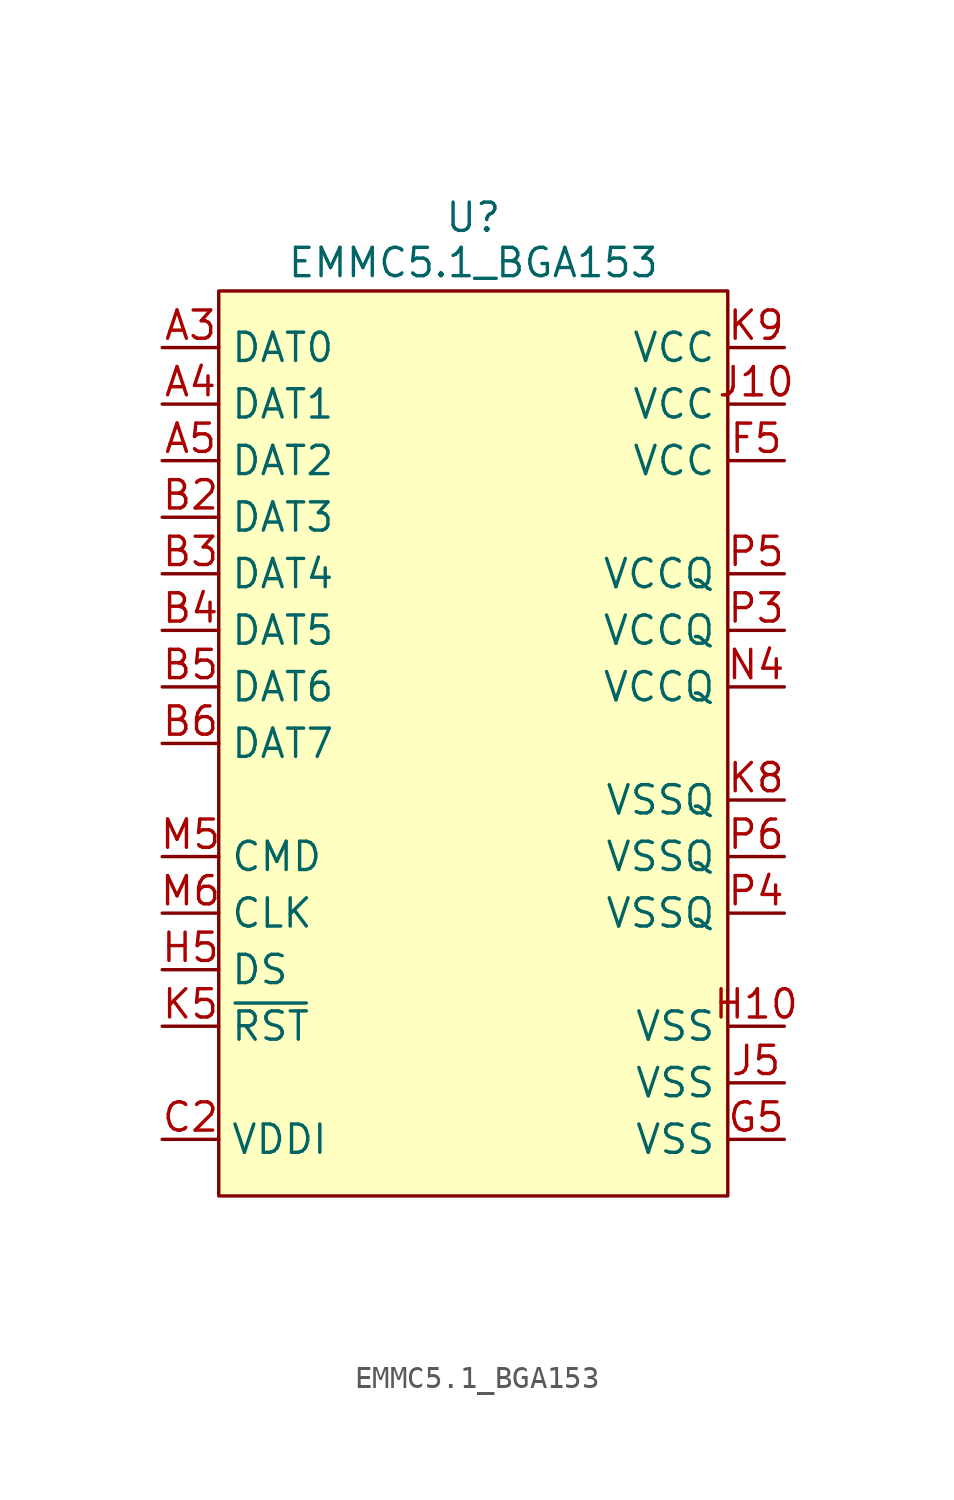
<source format=kicad_sym>
(kicad_symbol_lib
  (version 20241209)
  (generator "kicad_symbol_editor")
  (generator_version "9.0")
  (symbol "EMMC5.1_BGA153"
    (property "Reference" "U"
      (at 0 23.622 0)
      (effects (font (size 1.27 1.27))))
    (property "Value" "EMMC5.1_BGA153"
      (at 0 21.59 0)
      (effects (font (size 1.27 1.27))))
    (symbol "EMMC5.1_BGA153_0_0"
      (pin bidirectional line (at -13.97 17.78 0) (length 2.54) (name "DAT0" (effects (font (size 1.27 1.27)))) (number "A3" (effects (font (size 1.27 1.27)))))
      (pin bidirectional line (at -13.97 15.24 0) (length 2.54) (name "DAT1" (effects (font (size 1.27 1.27)))) (number "A4" (effects (font (size 1.27 1.27)))))
      (pin bidirectional line (at -13.97 12.7 0) (length 2.54) (name "DAT2" (effects (font (size 1.27 1.27)))) (number "A5" (effects (font (size 1.27 1.27)))))
      (pin bidirectional line (at -13.97 10.16 0) (length 2.54) (name "DAT3" (effects (font (size 1.27 1.27)))) (number "B2" (effects (font (size 1.27 1.27)))))
      (pin bidirectional line (at -13.97 7.62 0) (length 2.54) (name "DAT4" (effects (font (size 1.27 1.27)))) (number "B3" (effects (font (size 1.27 1.27)))))
      (pin bidirectional line (at -13.97 5.08 0) (length 2.54) (name "DAT5" (effects (font (size 1.27 1.27)))) (number "B4" (effects (font (size 1.27 1.27)))))
      (pin bidirectional line (at -13.97 2.54 0) (length 2.54) (name "DAT6" (effects (font (size 1.27 1.27)))) (number "B5" (effects (font (size 1.27 1.27)))))
      (pin bidirectional line (at -13.97 0 0) (length 2.54) (name "DAT7" (effects (font (size 1.27 1.27)))) (number "B6" (effects (font (size 1.27 1.27)))))
      (pin input line (at -13.97 -5.08 0) (length 2.54) (name "CMD" (effects (font (size 1.27 1.27)))) (number "M5" (effects (font (size 1.27 1.27)))))
      (pin input line (at -13.97 -7.62 0) (length 2.54) (name "CLK" (effects (font (size 1.27 1.27)))) (number "M6" (effects (font (size 1.27 1.27)))))
      (pin input line (at -13.97 -10.16 0) (length 2.54) (name "DS" (effects (font (size 1.27 1.27)))) (number "H5" (effects (font (size 1.27 1.27)))))
      (pin input line (at -13.97 -12.7 0) (length 2.54) (name "~{RST}" (effects (font (size 1.27 1.27)))) (number "K5" (effects (font (size 1.27 1.27)))))
      (pin power_in line (at -13.97 -17.78 0) (length 2.54) (name "VDDI" (effects (font (size 1.27 1.27)))) (number "C2" (effects (font (size 1.27 1.27)))))
      (pin no_connect line (at 0 -22.86 90) (length 2.54) (hide yes) (name "NC" (effects (font (size 1.27 1.27)))) (number "A1" (effects (font (size 1.27 1.27)))))
      (pin no_connect line (at 0 -22.86 90) (length 2.54) (hide yes) (name "NC" (effects (font (size 1.27 1.27)))) (number "A10" (effects (font (size 1.27 1.27)))))
      (pin no_connect line (at 0 -22.86 90) (length 2.54) (hide yes) (name "NC" (effects (font (size 1.27 1.27)))) (number "A11" (effects (font (size 1.27 1.27)))))
      (pin no_connect line (at 0 -22.86 90) (length 2.54) (hide yes) (name "NC" (effects (font (size 1.27 1.27)))) (number "A12" (effects (font (size 1.27 1.27)))))
      (pin no_connect line (at 0 -22.86 90) (length 2.54) (hide yes) (name "NC" (effects (font (size 1.27 1.27)))) (number "A13" (effects (font (size 1.27 1.27)))))
      (pin no_connect line (at 0 -22.86 90) (length 2.54) (hide yes) (name "NC" (effects (font (size 1.27 1.27)))) (number "A14" (effects (font (size 1.27 1.27)))))
      (pin no_connect line (at 0 -22.86 90) (length 2.54) (hide yes) (name "NC" (effects (font (size 1.27 1.27)))) (number "A2" (effects (font (size 1.27 1.27)))))
      (pin no_connect line (at 0 -22.86 90) (length 2.54) (hide yes) (name "NC" (effects (font (size 1.27 1.27)))) (number "A7" (effects (font (size 1.27 1.27)))))
      (pin no_connect line (at 0 -22.86 90) (length 2.54) (hide yes) (name "NC" (effects (font (size 1.27 1.27)))) (number "A8" (effects (font (size 1.27 1.27)))))
      (pin no_connect line (at 0 -22.86 90) (length 2.54) (hide yes) (name "NC" (effects (font (size 1.27 1.27)))) (number "A9" (effects (font (size 1.27 1.27)))))
      (pin no_connect line (at 0 -22.86 90) (length 2.54) (hide yes) (name "NC" (effects (font (size 1.27 1.27)))) (number "B1" (effects (font (size 1.27 1.27)))))
      (pin no_connect line (at 0 -22.86 90) (length 2.54) (hide yes) (name "NC" (effects (font (size 1.27 1.27)))) (number "B10" (effects (font (size 1.27 1.27)))))
      (pin no_connect line (at 0 -22.86 90) (length 2.54) (hide yes) (name "NC" (effects (font (size 1.27 1.27)))) (number "B11" (effects (font (size 1.27 1.27)))))
      (pin no_connect line (at 0 -22.86 90) (length 2.54) (hide yes) (name "NC" (effects (font (size 1.27 1.27)))) (number "B12" (effects (font (size 1.27 1.27)))))
      (pin no_connect line (at 0 -22.86 90) (length 2.54) (hide yes) (name "NC" (effects (font (size 1.27 1.27)))) (number "B13" (effects (font (size 1.27 1.27)))))
      (pin no_connect line (at 0 -22.86 90) (length 2.54) (hide yes) (name "NC" (effects (font (size 1.27 1.27)))) (number "B14" (effects (font (size 1.27 1.27)))))
      (pin no_connect line (at 0 -22.86 90) (length 2.54) (hide yes) (name "NC" (effects (font (size 1.27 1.27)))) (number "B7" (effects (font (size 1.27 1.27)))))
      (pin no_connect line (at 0 -22.86 90) (length 2.54) (hide yes) (name "NC" (effects (font (size 1.27 1.27)))) (number "B8" (effects (font (size 1.27 1.27)))))
      (pin no_connect line (at 0 -22.86 90) (length 2.54) (hide yes) (name "NC" (effects (font (size 1.27 1.27)))) (number "B9" (effects (font (size 1.27 1.27)))))
      (pin no_connect line (at 0 -22.86 90) (length 2.54) (hide yes) (name "NC" (effects (font (size 1.27 1.27)))) (number "C1" (effects (font (size 1.27 1.27)))))
      (pin no_connect line (at 0 -22.86 90) (length 2.54) (hide yes) (name "NC" (effects (font (size 1.27 1.27)))) (number "C10" (effects (font (size 1.27 1.27)))))
      (pin no_connect line (at 0 -22.86 90) (length 2.54) (hide yes) (name "NC" (effects (font (size 1.27 1.27)))) (number "C11" (effects (font (size 1.27 1.27)))))
      (pin no_connect line (at 0 -22.86 90) (length 2.54) (hide yes) (name "NC" (effects (font (size 1.27 1.27)))) (number "C12" (effects (font (size 1.27 1.27)))))
      (pin no_connect line (at 0 -22.86 90) (length 2.54) (hide yes) (name "NC" (effects (font (size 1.27 1.27)))) (number "C13" (effects (font (size 1.27 1.27)))))
      (pin no_connect line (at 0 -22.86 90) (length 2.54) (hide yes) (name "NC" (effects (font (size 1.27 1.27)))) (number "C14" (effects (font (size 1.27 1.27)))))
      (pin no_connect line (at 0 -22.86 90) (length 2.54) (hide yes) (name "NC" (effects (font (size 1.27 1.27)))) (number "C3" (effects (font (size 1.27 1.27)))))
      (pin no_connect line (at 0 -22.86 90) (length 2.54) (hide yes) (name "NC" (effects (font (size 1.27 1.27)))) (number "C5" (effects (font (size 1.27 1.27)))))
      (pin no_connect line (at 0 -22.86 90) (length 2.54) (hide yes) (name "NC" (effects (font (size 1.27 1.27)))) (number "C7" (effects (font (size 1.27 1.27)))))
      (pin no_connect line (at 0 -22.86 90) (length 2.54) (hide yes) (name "NC" (effects (font (size 1.27 1.27)))) (number "C8" (effects (font (size 1.27 1.27)))))
      (pin no_connect line (at 0 -22.86 90) (length 2.54) (hide yes) (name "NC" (effects (font (size 1.27 1.27)))) (number "C9" (effects (font (size 1.27 1.27)))))
      (pin no_connect line (at 0 -22.86 90) (length 2.54) (hide yes) (name "NC" (effects (font (size 1.27 1.27)))) (number "D1" (effects (font (size 1.27 1.27)))))
      (pin no_connect line (at 0 -22.86 90) (length 2.54) (hide yes) (name "NC" (effects (font (size 1.27 1.27)))) (number "D12" (effects (font (size 1.27 1.27)))))
      (pin no_connect line (at 0 -22.86 90) (length 2.54) (hide yes) (name "NC" (effects (font (size 1.27 1.27)))) (number "D13" (effects (font (size 1.27 1.27)))))
      (pin no_connect line (at 0 -22.86 90) (length 2.54) (hide yes) (name "NC" (effects (font (size 1.27 1.27)))) (number "D14" (effects (font (size 1.27 1.27)))))
      (pin no_connect line (at 0 -22.86 90) (length 2.54) (hide yes) (name "NC" (effects (font (size 1.27 1.27)))) (number "D2" (effects (font (size 1.27 1.27)))))
      (pin no_connect line (at 0 -22.86 90) (length 2.54) (hide yes) (name "NC" (effects (font (size 1.27 1.27)))) (number "D3" (effects (font (size 1.27 1.27)))))
      (pin no_connect line (at 0 -22.86 90) (length 2.54) (hide yes) (name "NC" (effects (font (size 1.27 1.27)))) (number "D4" (effects (font (size 1.27 1.27)))))
      (pin no_connect line (at 0 -22.86 90) (length 2.54) (hide yes) (name "NC" (effects (font (size 1.27 1.27)))) (number "E1" (effects (font (size 1.27 1.27)))))
      (pin no_connect line (at 0 -22.86 90) (length 2.54) (hide yes) (name "NC" (effects (font (size 1.27 1.27)))) (number "E10" (effects (font (size 1.27 1.27)))))
      (pin no_connect line (at 0 -22.86 90) (length 2.54) (hide yes) (name "NC" (effects (font (size 1.27 1.27)))) (number "E12" (effects (font (size 1.27 1.27)))))
      (pin no_connect line (at 0 -22.86 90) (length 2.54) (hide yes) (name "NC" (effects (font (size 1.27 1.27)))) (number "E13" (effects (font (size 1.27 1.27)))))
      (pin no_connect line (at 0 -22.86 90) (length 2.54) (hide yes) (name "NC" (effects (font (size 1.27 1.27)))) (number "E14" (effects (font (size 1.27 1.27)))))
      (pin no_connect line (at 0 -22.86 90) (length 2.54) (hide yes) (name "NC" (effects (font (size 1.27 1.27)))) (number "E2" (effects (font (size 1.27 1.27)))))
      (pin no_connect line (at 0 -22.86 90) (length 2.54) (hide yes) (name "NC" (effects (font (size 1.27 1.27)))) (number "E3" (effects (font (size 1.27 1.27)))))
      (pin no_connect line (at 0 -22.86 90) (length 2.54) (hide yes) (name "NC" (effects (font (size 1.27 1.27)))) (number "E8" (effects (font (size 1.27 1.27)))))
      (pin no_connect line (at 0 -22.86 90) (length 2.54) (hide yes) (name "NC" (effects (font (size 1.27 1.27)))) (number "E9" (effects (font (size 1.27 1.27)))))
      (pin no_connect line (at 0 -22.86 90) (length 2.54) (hide yes) (name "NC" (effects (font (size 1.27 1.27)))) (number "F1" (effects (font (size 1.27 1.27)))))
      (pin no_connect line (at 0 -22.86 90) (length 2.54) (hide yes) (name "NC" (effects (font (size 1.27 1.27)))) (number "F10" (effects (font (size 1.27 1.27)))))
      (pin no_connect line (at 0 -22.86 90) (length 2.54) (hide yes) (name "NC" (effects (font (size 1.27 1.27)))) (number "F12" (effects (font (size 1.27 1.27)))))
      (pin no_connect line (at 0 -22.86 90) (length 2.54) (hide yes) (name "NC" (effects (font (size 1.27 1.27)))) (number "F13" (effects (font (size 1.27 1.27)))))
      (pin no_connect line (at 0 -22.86 90) (length 2.54) (hide yes) (name "NC" (effects (font (size 1.27 1.27)))) (number "F14" (effects (font (size 1.27 1.27)))))
      (pin no_connect line (at 0 -22.86 90) (length 2.54) (hide yes) (name "NC" (effects (font (size 1.27 1.27)))) (number "F2" (effects (font (size 1.27 1.27)))))
      (pin no_connect line (at 0 -22.86 90) (length 2.54) (hide yes) (name "NC" (effects (font (size 1.27 1.27)))) (number "F3" (effects (font (size 1.27 1.27)))))
      (pin no_connect line (at 0 -22.86 90) (length 2.54) (hide yes) (name "NC" (effects (font (size 1.27 1.27)))) (number "G1" (effects (font (size 1.27 1.27)))))
      (pin no_connect line (at 0 -22.86 90) (length 2.54) (hide yes) (name "NC" (effects (font (size 1.27 1.27)))) (number "G10" (effects (font (size 1.27 1.27)))))
      (pin no_connect line (at 0 -22.86 90) (length 2.54) (hide yes) (name "NC" (effects (font (size 1.27 1.27)))) (number "G12" (effects (font (size 1.27 1.27)))))
      (pin no_connect line (at 0 -22.86 90) (length 2.54) (hide yes) (name "NC" (effects (font (size 1.27 1.27)))) (number "G13" (effects (font (size 1.27 1.27)))))
      (pin no_connect line (at 0 -22.86 90) (length 2.54) (hide yes) (name "NC" (effects (font (size 1.27 1.27)))) (number "G14" (effects (font (size 1.27 1.27)))))
      (pin no_connect line (at 0 -22.86 90) (length 2.54) (hide yes) (name "NC" (effects (font (size 1.27 1.27)))) (number "G2" (effects (font (size 1.27 1.27)))))
      (pin no_connect line (at 0 -22.86 90) (length 2.54) (hide yes) (name "NC" (effects (font (size 1.27 1.27)))) (number "G3" (effects (font (size 1.27 1.27)))))
      (pin no_connect line (at 0 -22.86 90) (length 2.54) (hide yes) (name "NC" (effects (font (size 1.27 1.27)))) (number "H1" (effects (font (size 1.27 1.27)))))
      (pin no_connect line (at 0 -22.86 90) (length 2.54) (hide yes) (name "NC" (effects (font (size 1.27 1.27)))) (number "H12" (effects (font (size 1.27 1.27)))))
      (pin no_connect line (at 0 -22.86 90) (length 2.54) (hide yes) (name "NC" (effects (font (size 1.27 1.27)))) (number "H13" (effects (font (size 1.27 1.27)))))
      (pin no_connect line (at 0 -22.86 90) (length 2.54) (hide yes) (name "NC" (effects (font (size 1.27 1.27)))) (number "H14" (effects (font (size 1.27 1.27)))))
      (pin no_connect line (at 0 -22.86 90) (length 2.54) (hide yes) (name "NC" (effects (font (size 1.27 1.27)))) (number "H2" (effects (font (size 1.27 1.27)))))
      (pin no_connect line (at 0 -22.86 90) (length 2.54) (hide yes) (name "NC" (effects (font (size 1.27 1.27)))) (number "H3" (effects (font (size 1.27 1.27)))))
      (pin no_connect line (at 0 -22.86 90) (length 2.54) (hide yes) (name "NC" (effects (font (size 1.27 1.27)))) (number "J1" (effects (font (size 1.27 1.27)))))
      (pin no_connect line (at 0 -22.86 90) (length 2.54) (hide yes) (name "NC" (effects (font (size 1.27 1.27)))) (number "J12" (effects (font (size 1.27 1.27)))))
      (pin no_connect line (at 0 -22.86 90) (length 2.54) (hide yes) (name "NC" (effects (font (size 1.27 1.27)))) (number "J13" (effects (font (size 1.27 1.27)))))
      (pin no_connect line (at 0 -22.86 90) (length 2.54) (hide yes) (name "NC" (effects (font (size 1.27 1.27)))) (number "J14" (effects (font (size 1.27 1.27)))))
      (pin no_connect line (at 0 -22.86 90) (length 2.54) (hide yes) (name "NC" (effects (font (size 1.27 1.27)))) (number "J2" (effects (font (size 1.27 1.27)))))
      (pin no_connect line (at 0 -22.86 90) (length 2.54) (hide yes) (name "NC" (effects (font (size 1.27 1.27)))) (number "J3" (effects (font (size 1.27 1.27)))))
      (pin no_connect line (at 0 -22.86 90) (length 2.54) (hide yes) (name "NC" (effects (font (size 1.27 1.27)))) (number "K1" (effects (font (size 1.27 1.27)))))
      (pin no_connect line (at 0 -22.86 90) (length 2.54) (hide yes) (name "NC" (effects (font (size 1.27 1.27)))) (number "K10" (effects (font (size 1.27 1.27)))))
      (pin no_connect line (at 0 -22.86 90) (length 2.54) (hide yes) (name "NC" (effects (font (size 1.27 1.27)))) (number "K12" (effects (font (size 1.27 1.27)))))
      (pin no_connect line (at 0 -22.86 90) (length 2.54) (hide yes) (name "NC" (effects (font (size 1.27 1.27)))) (number "K13" (effects (font (size 1.27 1.27)))))
      (pin no_connect line (at 0 -22.86 90) (length 2.54) (hide yes) (name "NC" (effects (font (size 1.27 1.27)))) (number "K14" (effects (font (size 1.27 1.27)))))
      (pin no_connect line (at 0 -22.86 90) (length 2.54) (hide yes) (name "NC" (effects (font (size 1.27 1.27)))) (number "K2" (effects (font (size 1.27 1.27)))))
      (pin no_connect line (at 0 -22.86 90) (length 2.54) (hide yes) (name "NC" (effects (font (size 1.27 1.27)))) (number "K3" (effects (font (size 1.27 1.27)))))
      (pin no_connect line (at 0 -22.86 90) (length 2.54) (hide yes) (name "NC" (effects (font (size 1.27 1.27)))) (number "K6" (effects (font (size 1.27 1.27)))))
      (pin no_connect line (at 0 -22.86 90) (length 2.54) (hide yes) (name "NC" (effects (font (size 1.27 1.27)))) (number "K7" (effects (font (size 1.27 1.27)))))
      (pin no_connect line (at 0 -22.86 90) (length 2.54) (hide yes) (name "NC" (effects (font (size 1.27 1.27)))) (number "L1" (effects (font (size 1.27 1.27)))))
      (pin no_connect line (at 0 -22.86 90) (length 2.54) (hide yes) (name "NC" (effects (font (size 1.27 1.27)))) (number "L12" (effects (font (size 1.27 1.27)))))
      (pin no_connect line (at 0 -22.86 90) (length 2.54) (hide yes) (name "NC" (effects (font (size 1.27 1.27)))) (number "L13" (effects (font (size 1.27 1.27)))))
      (pin no_connect line (at 0 -22.86 90) (length 2.54) (hide yes) (name "NC" (effects (font (size 1.27 1.27)))) (number "L14" (effects (font (size 1.27 1.27)))))
      (pin no_connect line (at 0 -22.86 90) (length 2.54) (hide yes) (name "NC" (effects (font (size 1.27 1.27)))) (number "L2" (effects (font (size 1.27 1.27)))))
      (pin no_connect line (at 0 -22.86 90) (length 2.54) (hide yes) (name "NC" (effects (font (size 1.27 1.27)))) (number "L3" (effects (font (size 1.27 1.27)))))
      (pin no_connect line (at 0 -22.86 90) (length 2.54) (hide yes) (name "NC" (effects (font (size 1.27 1.27)))) (number "M1" (effects (font (size 1.27 1.27)))))
      (pin no_connect line (at 0 -22.86 90) (length 2.54) (hide yes) (name "NC" (effects (font (size 1.27 1.27)))) (number "M10" (effects (font (size 1.27 1.27)))))
      (pin no_connect line (at 0 -22.86 90) (length 2.54) (hide yes) (name "NC" (effects (font (size 1.27 1.27)))) (number "M11" (effects (font (size 1.27 1.27)))))
      (pin no_connect line (at 0 -22.86 90) (length 2.54) (hide yes) (name "NC" (effects (font (size 1.27 1.27)))) (number "M12" (effects (font (size 1.27 1.27)))))
      (pin no_connect line (at 0 -22.86 90) (length 2.54) (hide yes) (name "NC" (effects (font (size 1.27 1.27)))) (number "M13" (effects (font (size 1.27 1.27)))))
      (pin no_connect line (at 0 -22.86 90) (length 2.54) (hide yes) (name "NC" (effects (font (size 1.27 1.27)))) (number "M14" (effects (font (size 1.27 1.27)))))
      (pin no_connect line (at 0 -22.86 90) (length 2.54) (hide yes) (name "NC" (effects (font (size 1.27 1.27)))) (number "M2" (effects (font (size 1.27 1.27)))))
      (pin no_connect line (at 0 -22.86 90) (length 2.54) (hide yes) (name "NC" (effects (font (size 1.27 1.27)))) (number "M3" (effects (font (size 1.27 1.27)))))
      (pin no_connect line (at 0 -22.86 90) (length 2.54) (hide yes) (name "NC" (effects (font (size 1.27 1.27)))) (number "M7" (effects (font (size 1.27 1.27)))))
      (pin no_connect line (at 0 -22.86 90) (length 2.54) (hide yes) (name "NC" (effects (font (size 1.27 1.27)))) (number "M8" (effects (font (size 1.27 1.27)))))
      (pin no_connect line (at 0 -22.86 90) (length 2.54) (hide yes) (name "NC" (effects (font (size 1.27 1.27)))) (number "M9" (effects (font (size 1.27 1.27)))))
      (pin no_connect line (at 0 -22.86 90) (length 2.54) (hide yes) (name "NC" (effects (font (size 1.27 1.27)))) (number "N1" (effects (font (size 1.27 1.27)))))
      (pin no_connect line (at 0 -22.86 90) (length 2.54) (hide yes) (name "NC" (effects (font (size 1.27 1.27)))) (number "N10" (effects (font (size 1.27 1.27)))))
      (pin no_connect line (at 0 -22.86 90) (length 2.54) (hide yes) (name "NC" (effects (font (size 1.27 1.27)))) (number "N11" (effects (font (size 1.27 1.27)))))
      (pin no_connect line (at 0 -22.86 90) (length 2.54) (hide yes) (name "NC" (effects (font (size 1.27 1.27)))) (number "N12" (effects (font (size 1.27 1.27)))))
      (pin no_connect line (at 0 -22.86 90) (length 2.54) (hide yes) (name "NC" (effects (font (size 1.27 1.27)))) (number "N13" (effects (font (size 1.27 1.27)))))
      (pin no_connect line (at 0 -22.86 90) (length 2.54) (hide yes) (name "NC" (effects (font (size 1.27 1.27)))) (number "N14" (effects (font (size 1.27 1.27)))))
      (pin no_connect line (at 0 -22.86 90) (length 2.54) (hide yes) (name "NC" (effects (font (size 1.27 1.27)))) (number "N3" (effects (font (size 1.27 1.27)))))
      (pin no_connect line (at 0 -22.86 90) (length 2.54) (hide yes) (name "NC" (effects (font (size 1.27 1.27)))) (number "N6" (effects (font (size 1.27 1.27)))))
      (pin no_connect line (at 0 -22.86 90) (length 2.54) (hide yes) (name "NC" (effects (font (size 1.27 1.27)))) (number "N7" (effects (font (size 1.27 1.27)))))
      (pin no_connect line (at 0 -22.86 90) (length 2.54) (hide yes) (name "NC" (effects (font (size 1.27 1.27)))) (number "N8" (effects (font (size 1.27 1.27)))))
      (pin no_connect line (at 0 -22.86 90) (length 2.54) (hide yes) (name "NC" (effects (font (size 1.27 1.27)))) (number "N9" (effects (font (size 1.27 1.27)))))
      (pin no_connect line (at 0 -22.86 90) (length 2.54) (hide yes) (name "NC" (effects (font (size 1.27 1.27)))) (number "P1" (effects (font (size 1.27 1.27)))))
      (pin no_connect line (at 0 -22.86 90) (length 2.54) (hide yes) (name "NC" (effects (font (size 1.27 1.27)))) (number "P10" (effects (font (size 1.27 1.27)))))
      (pin no_connect line (at 0 -22.86 90) (length 2.54) (hide yes) (name "NC" (effects (font (size 1.27 1.27)))) (number "P11" (effects (font (size 1.27 1.27)))))
      (pin no_connect line (at 0 -22.86 90) (length 2.54) (hide yes) (name "NC" (effects (font (size 1.27 1.27)))) (number "P12" (effects (font (size 1.27 1.27)))))
      (pin no_connect line (at 0 -22.86 90) (length 2.54) (hide yes) (name "NC" (effects (font (size 1.27 1.27)))) (number "P13" (effects (font (size 1.27 1.27)))))
      (pin no_connect line (at 0 -22.86 90) (length 2.54) (hide yes) (name "NC" (effects (font (size 1.27 1.27)))) (number "P14" (effects (font (size 1.27 1.27)))))
      (pin no_connect line (at 0 -22.86 90) (length 2.54) (hide yes) (name "NC" (effects (font (size 1.27 1.27)))) (number "P2" (effects (font (size 1.27 1.27)))))
      (pin no_connect line (at 0 -22.86 90) (length 2.54) (hide yes) (name "NC" (effects (font (size 1.27 1.27)))) (number "P7" (effects (font (size 1.27 1.27)))))
      (pin no_connect line (at 0 -22.86 90) (length 2.54) (hide yes) (name "NC" (effects (font (size 1.27 1.27)))) (number "P8" (effects (font (size 1.27 1.27)))))
      (pin no_connect line (at 0 -22.86 90) (length 2.54) (hide yes) (name "NC" (effects (font (size 1.27 1.27)))) (number "P9" (effects (font (size 1.27 1.27)))))
      (pin power_in line (at 13.97 17.78 180) (length 2.54) (name "VCC" (effects (font (size 1.27 1.27)))) (number "K9" (effects (font (size 1.27 1.27)))))
      (pin power_in line (at 13.97 15.24 180) (length 2.54) (name "VCC" (effects (font (size 1.27 1.27)))) (number "J10" (effects (font (size 1.27 1.27)))))
      (pin power_in line (at 13.97 12.7 180) (length 2.54) (hide yes) (name "VCC" (effects (font (size 1.27 1.27)))) (number "E6" (effects (font (size 1.27 1.27)))))
      (pin power_in line (at 13.97 12.7 180) (length 2.54) (name "VCC" (effects (font (size 1.27 1.27)))) (number "F5" (effects (font (size 1.27 1.27)))))
      (pin power_in line (at 13.97 7.62 180) (length 2.54) (name "VCCQ" (effects (font (size 1.27 1.27)))) (number "P5" (effects (font (size 1.27 1.27)))))
      (pin power_in line (at 13.97 5.08 180) (length 2.54) (hide yes) (name "VCCQ" (effects (font (size 1.27 1.27)))) (number "M4" (effects (font (size 1.27 1.27)))))
      (pin power_in line (at 13.97 5.08 180) (length 2.54) (name "VCCQ" (effects (font (size 1.27 1.27)))) (number "P3" (effects (font (size 1.27 1.27)))))
      (pin power_in line (at 13.97 2.54 180) (length 2.54) (hide yes) (name "VCCQ" (effects (font (size 1.27 1.27)))) (number "C6" (effects (font (size 1.27 1.27)))))
      (pin power_in line (at 13.97 2.54 180) (length 2.54) (name "VCCQ" (effects (font (size 1.27 1.27)))) (number "N4" (effects (font (size 1.27 1.27)))))
      (pin power_in line (at 13.97 -2.54 180) (length 2.54) (name "VSSQ" (effects (font (size 1.27 1.27)))) (number "K8" (effects (font (size 1.27 1.27)))))
      (pin power_in line (at 13.97 -2.54 180) (length 2.54) (hide yes) (name "VSSQ" (effects (font (size 1.27 1.27)))) (number "N5" (effects (font (size 1.27 1.27)))))
      (pin power_in line (at 13.97 -5.08 180) (length 2.54) (hide yes) (name "VSSQ" (effects (font (size 1.27 1.27)))) (number "N2" (effects (font (size 1.27 1.27)))))
      (pin power_in line (at 13.97 -5.08 180) (length 2.54) (name "VSSQ" (effects (font (size 1.27 1.27)))) (number "P6" (effects (font (size 1.27 1.27)))))
      (pin power_in line (at 13.97 -7.62 180) (length 2.54) (hide yes) (name "VSSQ" (effects (font (size 1.27 1.27)))) (number "C4" (effects (font (size 1.27 1.27)))))
      (pin power_in line (at 13.97 -7.62 180) (length 2.54) (name "VSSQ" (effects (font (size 1.27 1.27)))) (number "P4" (effects (font (size 1.27 1.27)))))
      (pin power_in line (at 13.97 -12.7 180) (length 2.54) (name "VSS" (effects (font (size 1.27 1.27)))) (number "H10" (effects (font (size 1.27 1.27)))))
      (pin power_in line (at 13.97 -15.24 180) (length 2.54) (hide yes) (name "VSS" (effects (font (size 1.27 1.27)))) (number "E7" (effects (font (size 1.27 1.27)))))
      (pin power_in line (at 13.97 -15.24 180) (length 2.54) (name "VSS" (effects (font (size 1.27 1.27)))) (number "J5" (effects (font (size 1.27 1.27)))))
      (pin power_in line (at 13.97 -17.78 180) (length 2.54) (hide yes) (name "VSS" (effects (font (size 1.27 1.27)))) (number "A6" (effects (font (size 1.27 1.27)))))
      (pin power_in line (at 13.97 -17.78 180) (length 2.54) (name "VSS" (effects (font (size 1.27 1.27)))) (number "G5" (effects (font (size 1.27 1.27))))))
    (symbol "EMMC5.1_BGA153_1_1"
      (rectangle (start -11.43 20.32) (end 11.43 -20.32) (stroke (width 0) (type solid)) (fill (type background)))
      (pin no_connect line (at 0 -22.86 90) (length 2.54) (hide yes) (name "NC" (effects (font (size 1.27 1.27)))) (number "E5" (effects (font (size 1.27 1.27))))))))
</source>
